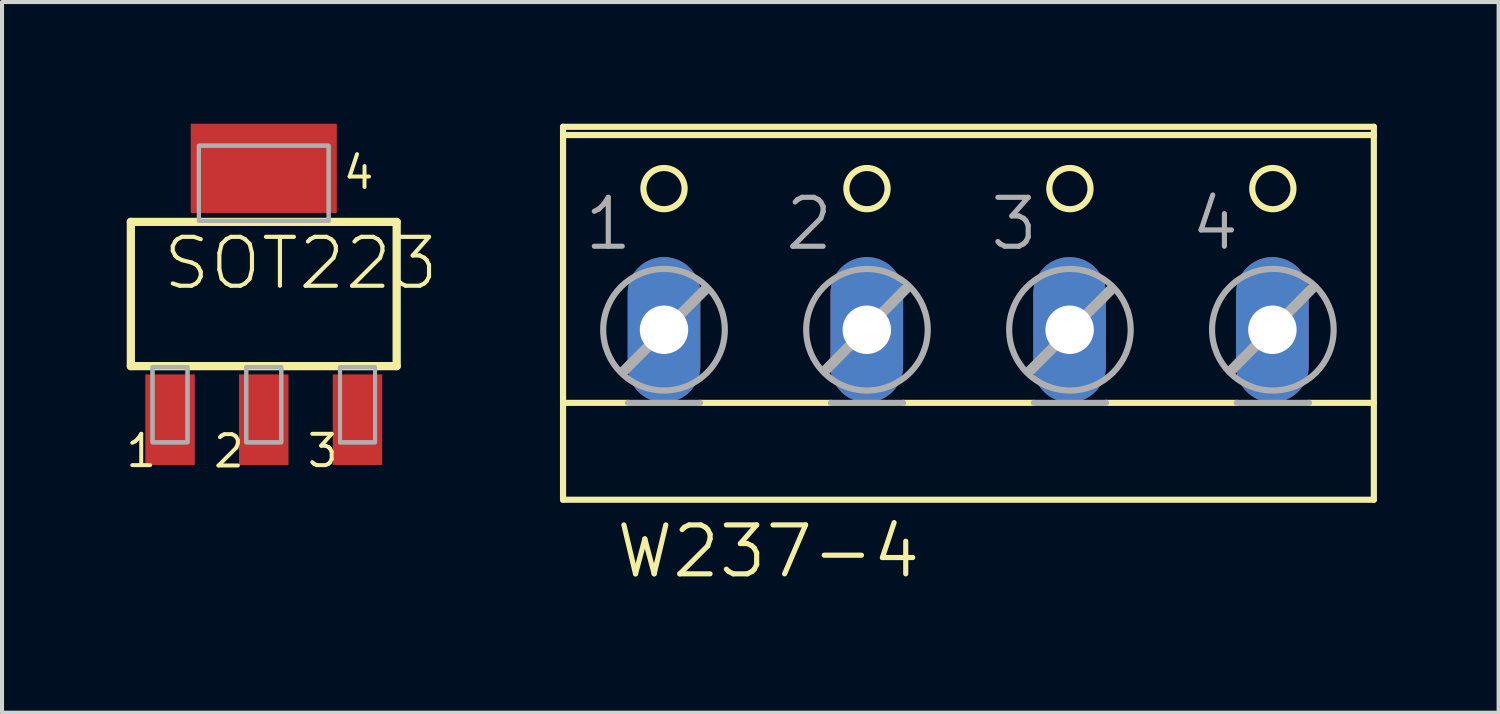
<source format=kicad_pcb>
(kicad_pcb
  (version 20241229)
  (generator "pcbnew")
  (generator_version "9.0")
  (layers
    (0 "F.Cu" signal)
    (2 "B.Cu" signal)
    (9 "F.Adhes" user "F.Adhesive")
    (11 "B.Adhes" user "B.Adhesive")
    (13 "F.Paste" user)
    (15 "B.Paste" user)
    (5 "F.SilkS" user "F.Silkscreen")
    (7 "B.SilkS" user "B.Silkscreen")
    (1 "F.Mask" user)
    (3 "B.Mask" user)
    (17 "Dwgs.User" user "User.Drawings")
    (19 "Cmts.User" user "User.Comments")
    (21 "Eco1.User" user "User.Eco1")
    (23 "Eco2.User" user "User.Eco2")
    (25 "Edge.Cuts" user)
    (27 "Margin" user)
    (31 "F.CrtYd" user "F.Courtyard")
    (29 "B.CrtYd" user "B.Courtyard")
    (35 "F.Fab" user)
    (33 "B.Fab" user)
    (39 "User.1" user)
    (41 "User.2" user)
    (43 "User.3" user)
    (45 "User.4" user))
  (footprint "SOT223"
    (layer "F.Cu")
    (at 3.453 4.199)
    (property "Reference" "SOT223" (at -2.54 -0.051 0) (layer "F.SilkS") (effects (font (size 1.206 1.206) (thickness 0.102)) (justify left bottom)))
    (attr through_hole)
    (fp_line (start -3.277 -1.778) (end 3.277 -1.778) (stroke (width 0.203) (type solid)) (layer "F.SilkS"))
    (fp_line (start -3.277 1.778) (end -3.277 -1.778) (stroke (width 0.203) (type solid)) (layer "F.SilkS"))
    (fp_line (start 3.277 -1.778) (end 3.277 1.778) (stroke (width 0.203) (type solid)) (layer "F.SilkS"))
    (fp_line (start 3.277 1.778) (end -3.277 1.778) (stroke (width 0.203) (type solid)) (layer "F.SilkS"))
    (fp_poly (pts (xy -2.743 3.658) (xy -1.88 3.658) (xy -1.88 1.803) (xy -2.743 1.803)) (stroke (width 0.1) (type solid)) (fill no) (layer "F.Fab"))
    (fp_poly (pts (xy -2.743 3.658) (xy -1.88 3.658) (xy -1.88 1.803) (xy -2.743 1.803)) (stroke (width 0.1) (type solid)) (fill no) (layer "F.Fab"))
    (fp_poly (pts (xy -1.6 -1.803) (xy 1.6 -1.803) (xy 1.6 -3.658) (xy -1.6 -3.658)) (stroke (width 0.1) (type solid)) (fill no) (layer "F.Fab"))
    (fp_poly (pts (xy -1.6 -1.803) (xy 1.6 -1.803) (xy 1.6 -3.658) (xy -1.6 -3.658)) (stroke (width 0.1) (type solid)) (fill no) (layer "F.Fab"))
    (fp_poly (pts (xy -0.432 3.658) (xy 0.432 3.658) (xy 0.432 1.803) (xy -0.432 1.803)) (stroke (width 0.1) (type solid)) (fill no) (layer "F.Fab"))
    (fp_poly (pts (xy -0.432 3.658) (xy 0.432 3.658) (xy 0.432 1.803) (xy -0.432 1.803)) (stroke (width 0.1) (type solid)) (fill no) (layer "F.Fab"))
    (fp_poly (pts (xy 1.88 3.658) (xy 2.743 3.658) (xy 2.743 1.803) (xy 1.88 1.803)) (stroke (width 0.1) (type solid)) (fill no) (layer "F.Fab"))
    (fp_poly (pts (xy 1.88 3.658) (xy 2.743 3.658) (xy 2.743 1.803) (xy 1.88 1.803)) (stroke (width 0.1) (type solid)) (fill no) (layer "F.Fab"))
    (fp_text user "3" (at 1.021 4.318 0) (layer "F.SilkS") (effects (font (size 0.772 0.772) (thickness 0.098)) (justify left bottom)))
    (fp_text user "4" (at 1.905 -2.54 0) (layer "F.SilkS") (effects (font (size 0.772 0.772) (thickness 0.098)) (justify left bottom)))
    (fp_text user "1" (at -3.453 4.318 0) (layer "F.SilkS") (effects (font (size 0.772 0.772) (thickness 0.098)) (justify left bottom)))
    (fp_text user "2" (at -1.291 4.327 0) (layer "F.SilkS") (effects (font (size 0.772 0.772) (thickness 0.098)) (justify left bottom)))
    (pad "1" smd rect (at -2.311 3.099) (size 1.219 2.235) (layers "F.Cu" "F.Mask" "F.Paste"))
    (pad "2" smd rect (at 0 3.099) (size 1.219 2.235) (layers "F.Cu" "F.Mask" "F.Paste"))
    (pad "3" smd rect (at 2.311 3.099) (size 1.219 2.235) (layers "F.Cu" "F.Mask" "F.Paste"))
    (pad "4" smd rect (at 0 -3.099) (size 3.6 2.2) (layers "F.Cu" "F.Mask" "F.Paste")))
  (footprint "W237-4"
    (layer "F.Cu")
    (at 20.821 3.81)
    (property "Reference" "W237-4" (at -8.745 7.442 0) (layer "F.SilkS") (effects (font (size 1.206 1.206) (thickness 0.127)) (justify left bottom)))
    (attr through_hole)
    (fp_line (start -9.989 -3.531) (end -9.989 -3.734) (stroke (width 0.152) (type solid)) (layer "F.SilkS"))
    (fp_line (start -9.989 -3.531) (end 10.001 -3.531) (stroke (width 0.152) (type solid)) (layer "F.SilkS"))
    (fp_line (start -9.989 3.073) (end -9.989 -3.531) (stroke (width 0.152) (type solid)) (layer "F.SilkS"))
    (fp_line (start -9.989 3.073) (end -8.389 3.073) (stroke (width 0.152) (type solid)) (layer "F.SilkS"))
    (fp_line (start -9.989 5.461) (end -9.989 3.073) (stroke (width 0.152) (type solid)) (layer "F.SilkS"))
    (fp_line (start -9.989 5.461) (end 10.001 5.461) (stroke (width 0.152) (type solid)) (layer "F.SilkS"))
    (fp_line (start -6.611 3.073) (end -3.385 3.073) (stroke (width 0.152) (type solid)) (layer "F.SilkS"))
    (fp_line (start -1.607 3.073) (end 1.619 3.073) (stroke (width 0.152) (type solid)) (layer "F.SilkS"))
    (fp_line (start 3.397 3.073) (end 6.622 3.073) (stroke (width 0.152) (type solid)) (layer "F.SilkS"))
    (fp_line (start 8.4 3.073) (end 10.001 3.073) (stroke (width 0.152) (type solid)) (layer "F.SilkS"))
    (fp_line (start 10.001 -3.734) (end -9.989 -3.734) (stroke (width 0.152) (type solid)) (layer "F.SilkS"))
    (fp_line (start 10.001 -3.734) (end 10.001 -3.531) (stroke (width 0.152) (type solid)) (layer "F.SilkS"))
    (fp_line (start 10.001 -3.531) (end 10.001 3.073) (stroke (width 0.152) (type solid)) (layer "F.SilkS"))
    (fp_line (start 10.001 3.073) (end 10.001 5.461) (stroke (width 0.152) (type solid)) (layer "F.SilkS"))
    (fp_circle (center -7.5 -2.21) (end -6.992 -2.21) (stroke (width 0.152) (type solid)) (fill no) (layer "F.SilkS"))
    (fp_circle (center -2.496 -2.21) (end -1.988 -2.21) (stroke (width 0.152) (type solid)) (fill no) (layer "F.SilkS"))
    (fp_circle (center 2.508 -2.21) (end 3.016 -2.21) (stroke (width 0.152) (type solid)) (fill no) (layer "F.SilkS"))
    (fp_circle (center 7.511 -2.21) (end 8.019 -2.21) (stroke (width 0.152) (type solid)) (fill no) (layer "F.SilkS"))
    (fp_line (start -8.491 2.286) (end -6.484 0.279) (stroke (width 0.254) (type solid)) (layer "F.Fab"))
    (fp_line (start -8.389 3.073) (end -6.611 3.073) (stroke (width 0.152) (type solid)) (layer "F.Fab"))
    (fp_line (start -3.512 2.261) (end -1.531 0.254) (stroke (width 0.254) (type solid)) (layer "F.Fab"))
    (fp_line (start -3.385 3.073) (end -1.607 3.073) (stroke (width 0.152) (type solid)) (layer "F.Fab"))
    (fp_line (start 1.517 2.286) (end 3.524 0.279) (stroke (width 0.254) (type solid)) (layer "F.Fab"))
    (fp_line (start 1.619 3.073) (end 3.397 3.073) (stroke (width 0.152) (type solid)) (layer "F.Fab"))
    (fp_line (start 6.495 2.261) (end 8.477 0.254) (stroke (width 0.254) (type solid)) (layer "F.Fab"))
    (fp_line (start 6.622 3.073) (end 8.4 3.073) (stroke (width 0.152) (type solid)) (layer "F.Fab"))
    (fp_circle (center -7.5 1.27) (end -6.001 1.27) (stroke (width 0.152) (type solid)) (fill no) (layer "F.Fab"))
    (fp_circle (center -2.496 1.27) (end -0.998 1.27) (stroke (width 0.152) (type solid)) (fill no) (layer "F.Fab"))
    (fp_circle (center 2.508 1.27) (end 4.006 1.27) (stroke (width 0.152) (type solid)) (fill no) (layer "F.Fab"))
    (fp_circle (center 7.511 1.27) (end 9.01 1.27) (stroke (width 0.152) (type solid)) (fill no) (layer "F.Fab"))
    (fp_text user "2" (at -4.579 -0.635 0) (layer "F.Fab") (effects (font (size 1.206 1.206) (thickness 0.127)) (justify left bottom)))
    (fp_text user "3" (at 0.476 -0.635 0) (layer "F.Fab") (effects (font (size 1.206 1.206) (thickness 0.127)) (justify left bottom)))
    (fp_text user "1" (at -9.532 -0.635 0) (layer "F.Fab") (effects (font (size 1.206 1.206) (thickness 0.127)) (justify left bottom)))
    (fp_text user "4" (at 5.429 -0.635 0) (layer "F.Fab") (effects (font (size 1.206 1.206) (thickness 0.127)) (justify left bottom)))
    (pad "1" thru_hole oval (at -7.5 1.27 90) (size 3.581 1.791) (drill 1.194) (layers "*.Cu" "*.Mask"))
    (pad "2" thru_hole oval (at -2.5 1.27 90) (size 3.581 1.791) (drill 1.194) (layers "*.Cu" "*.Mask"))
    (pad "3" thru_hole oval (at 2.5 1.27 90) (size 3.581 1.791) (drill 1.194) (layers "*.Cu" "*.Mask"))
    (pad "4" thru_hole oval (at 7.5 1.27 90) (size 3.581 1.791) (drill 1.194) (layers "*.Cu" "*.Mask")))
  (gr_rect
    (start -3 -3)
    (end 33.898 14.522)
    (stroke (width 0.1) (type default))
    (fill no)
    (layer "Edge.Cuts")))
</source>
